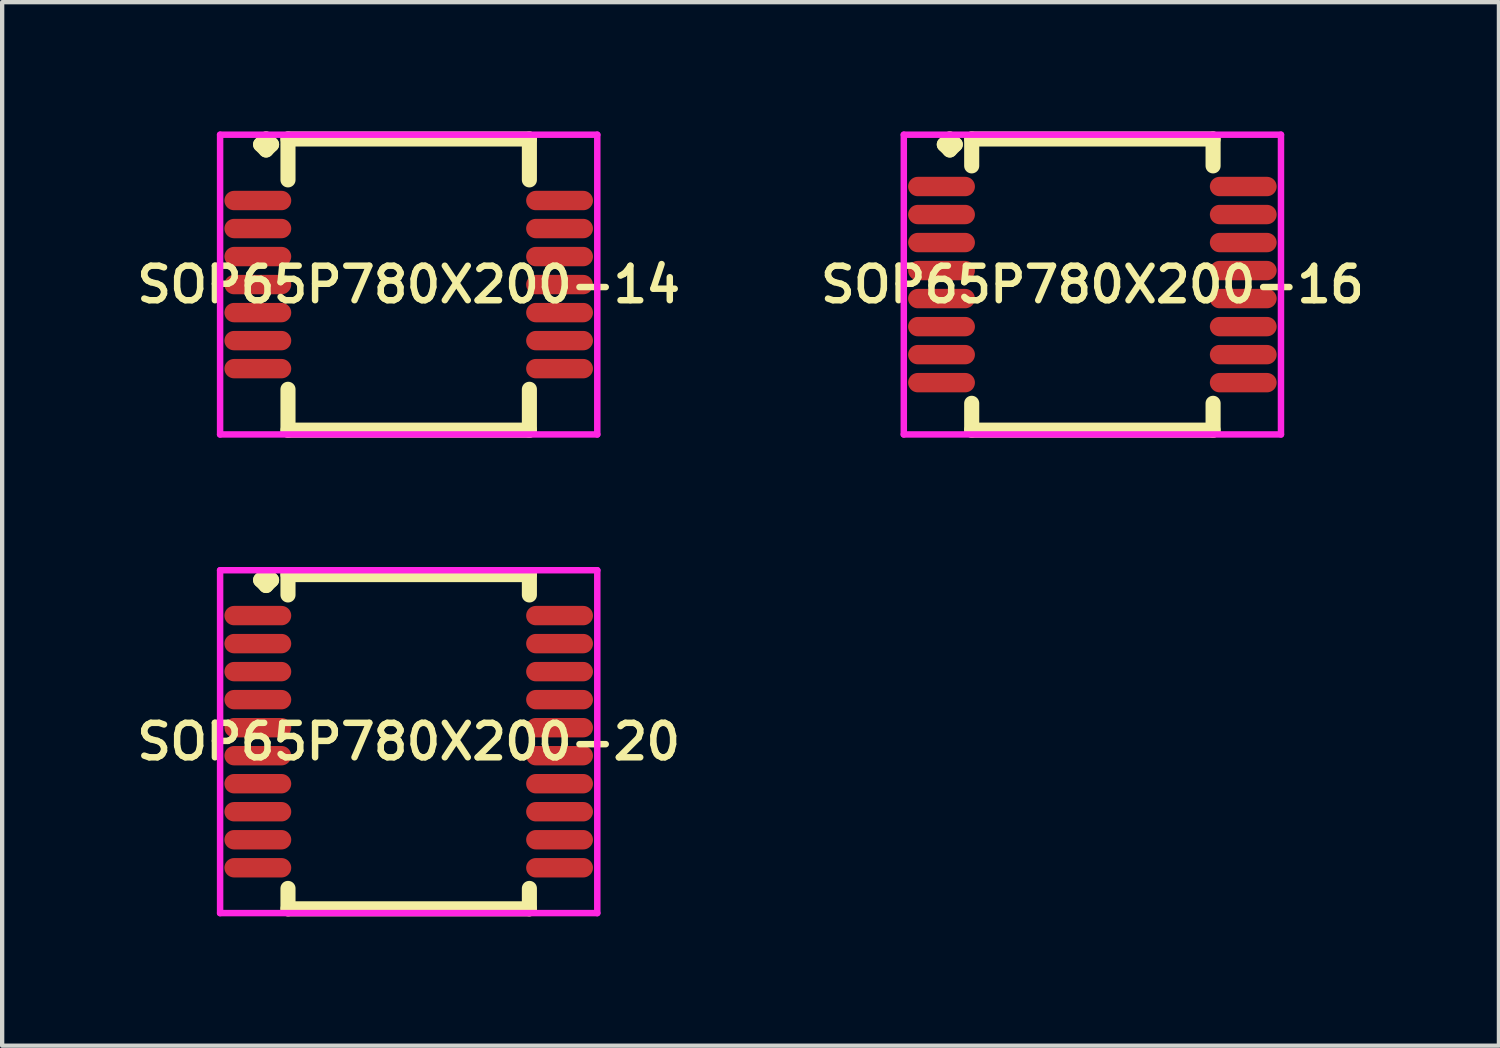
<source format=kicad_pcb>
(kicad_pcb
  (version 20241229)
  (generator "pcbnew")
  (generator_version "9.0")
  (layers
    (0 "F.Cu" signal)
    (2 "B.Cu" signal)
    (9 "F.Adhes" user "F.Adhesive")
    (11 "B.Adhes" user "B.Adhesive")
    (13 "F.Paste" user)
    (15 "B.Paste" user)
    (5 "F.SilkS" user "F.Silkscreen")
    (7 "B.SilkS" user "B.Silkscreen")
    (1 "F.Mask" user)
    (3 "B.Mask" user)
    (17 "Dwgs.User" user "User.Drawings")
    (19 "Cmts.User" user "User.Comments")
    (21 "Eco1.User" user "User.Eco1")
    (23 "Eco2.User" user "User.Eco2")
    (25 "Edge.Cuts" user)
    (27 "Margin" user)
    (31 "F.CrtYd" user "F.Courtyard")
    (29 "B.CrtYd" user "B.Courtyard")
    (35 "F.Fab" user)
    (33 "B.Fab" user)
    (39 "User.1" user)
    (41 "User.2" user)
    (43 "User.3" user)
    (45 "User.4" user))
  (footprint "SOP65P780X200-14"
    (layer "F.Cu")
    (at 6.431 3.552)
    (property "Reference" "SOP65P780X200-14" (at 0 0 0) (layer "F.SilkS") (effects (font (size 0.8 0.8) (thickness 0.15))))
    (attr smd)
    (fp_line (start -3.435 -3.25) (end -3.308 -3.377) (stroke (width 0.35) (type solid)) (layer "F.SilkS"))
    (fp_line (start -3.308 -3.377) (end -3.181 -3.25) (stroke (width 0.35) (type solid)) (layer "F.SilkS"))
    (fp_line (start -3.308 -3.123) (end -3.435 -3.25) (stroke (width 0.35) (type solid)) (layer "F.SilkS"))
    (fp_line (start -3.181 -3.25) (end -3.308 -3.123) (stroke (width 0.35) (type solid)) (layer "F.SilkS"))
    (fp_line (start -2.8 -3.377) (end 2.8 -3.377) (stroke (width 0.35) (type solid)) (layer "F.SilkS"))
    (fp_line (start -2.8 -2.429) (end -2.8 -3.377) (stroke (width 0.35) (type solid)) (layer "F.SilkS"))
    (fp_line (start -2.8 2.429) (end -2.8 3.377) (stroke (width 0.35) (type solid)) (layer "F.SilkS"))
    (fp_line (start -2.8 3.377) (end 2.8 3.377) (stroke (width 0.35) (type solid)) (layer "F.SilkS"))
    (fp_line (start 2.8 -3.377) (end 2.8 -2.429) (stroke (width 0.35) (type solid)) (layer "F.SilkS"))
    (fp_line (start 2.8 3.377) (end 2.8 2.429) (stroke (width 0.35) (type solid)) (layer "F.SilkS"))
    (fp_line (start -4.375 -3.477) (end 4.375 -3.477) (stroke (width 0.15) (type solid)) (layer "F.CrtYd"))
    (fp_line (start -4.375 3.477) (end -4.375 -3.477) (stroke (width 0.15) (type solid)) (layer "F.CrtYd"))
    (fp_line (start 4.375 -3.477) (end 4.375 3.477) (stroke (width 0.15) (type solid)) (layer "F.CrtYd"))
    (fp_line (start 4.375 3.477) (end -4.375 3.477) (stroke (width 0.15) (type solid)) (layer "F.CrtYd"))
    (pad "1" smd oval (at -3.5 -1.95) (size 1.55 0.45) (layers "F.Cu" "F.Mask" "F.Paste"))
    (pad "2" smd oval (at -3.5 -1.3) (size 1.55 0.45) (layers "F.Cu" "F.Mask" "F.Paste"))
    (pad "3" smd oval (at -3.5 -0.65) (size 1.55 0.45) (layers "F.Cu" "F.Mask" "F.Paste"))
    (pad "4" smd oval (at -3.5 0) (size 1.55 0.45) (layers "F.Cu" "F.Mask" "F.Paste"))
    (pad "5" smd oval (at -3.5 0.65) (size 1.55 0.45) (layers "F.Cu" "F.Mask" "F.Paste"))
    (pad "6" smd oval (at -3.5 1.3) (size 1.55 0.45) (layers "F.Cu" "F.Mask" "F.Paste"))
    (pad "7" smd oval (at -3.5 1.95) (size 1.55 0.45) (layers "F.Cu" "F.Mask" "F.Paste"))
    (pad "8" smd oval (at 3.5 1.95) (size 1.55 0.45) (layers "F.Cu" "F.Mask" "F.Paste"))
    (pad "9" smd oval (at 3.5 1.3) (size 1.55 0.45) (layers "F.Cu" "F.Mask" "F.Paste"))
    (pad "10" smd oval (at 3.5 0.65) (size 1.55 0.45) (layers "F.Cu" "F.Mask" "F.Paste"))
    (pad "11" smd oval (at 3.5 0) (size 1.55 0.45) (layers "F.Cu" "F.Mask" "F.Paste"))
    (pad "12" smd oval (at 3.5 -0.65) (size 1.55 0.45) (layers "F.Cu" "F.Mask" "F.Paste"))
    (pad "13" smd oval (at 3.5 -1.3) (size 1.55 0.45) (layers "F.Cu" "F.Mask" "F.Paste"))
    (pad "14" smd oval (at 3.5 -1.95) (size 1.55 0.45) (layers "F.Cu" "F.Mask" "F.Paste")))
  (footprint "SOP65P780X200-16"
    (layer "F.Cu")
    (at 22.292 3.552)
    (property "Reference" "SOP65P780X200-16" (at 0 0 0) (layer "F.SilkS") (effects (font (size 0.8 0.8) (thickness 0.15))))
    (attr smd)
    (fp_line (start -3.435 -3.25) (end -3.308 -3.377) (stroke (width 0.35) (type solid)) (layer "F.SilkS"))
    (fp_line (start -3.308 -3.377) (end -3.181 -3.25) (stroke (width 0.35) (type solid)) (layer "F.SilkS"))
    (fp_line (start -3.308 -3.123) (end -3.435 -3.25) (stroke (width 0.35) (type solid)) (layer "F.SilkS"))
    (fp_line (start -3.181 -3.25) (end -3.308 -3.123) (stroke (width 0.35) (type solid)) (layer "F.SilkS"))
    (fp_line (start -2.8 -3.377) (end 2.8 -3.377) (stroke (width 0.35) (type solid)) (layer "F.SilkS"))
    (fp_line (start -2.8 -2.754) (end -2.8 -3.377) (stroke (width 0.35) (type solid)) (layer "F.SilkS"))
    (fp_line (start -2.8 2.754) (end -2.8 3.377) (stroke (width 0.35) (type solid)) (layer "F.SilkS"))
    (fp_line (start -2.8 3.377) (end 2.8 3.377) (stroke (width 0.35) (type solid)) (layer "F.SilkS"))
    (fp_line (start 2.8 -3.377) (end 2.8 -2.754) (stroke (width 0.35) (type solid)) (layer "F.SilkS"))
    (fp_line (start 2.8 3.377) (end 2.8 2.754) (stroke (width 0.35) (type solid)) (layer "F.SilkS"))
    (fp_line (start -4.375 -3.477) (end 4.375 -3.477) (stroke (width 0.15) (type solid)) (layer "F.CrtYd"))
    (fp_line (start -4.375 3.477) (end -4.375 -3.477) (stroke (width 0.15) (type solid)) (layer "F.CrtYd"))
    (fp_line (start 4.375 -3.477) (end 4.375 3.477) (stroke (width 0.15) (type solid)) (layer "F.CrtYd"))
    (fp_line (start 4.375 3.477) (end -4.375 3.477) (stroke (width 0.15) (type solid)) (layer "F.CrtYd"))
    (pad "1" smd oval (at -3.5 -2.275) (size 1.55 0.45) (layers "F.Cu" "F.Mask" "F.Paste"))
    (pad "2" smd oval (at -3.5 -1.625) (size 1.55 0.45) (layers "F.Cu" "F.Mask" "F.Paste"))
    (pad "3" smd oval (at -3.5 -0.975) (size 1.55 0.45) (layers "F.Cu" "F.Mask" "F.Paste"))
    (pad "4" smd oval (at -3.5 -0.325) (size 1.55 0.45) (layers "F.Cu" "F.Mask" "F.Paste"))
    (pad "5" smd oval (at -3.5 0.325) (size 1.55 0.45) (layers "F.Cu" "F.Mask" "F.Paste"))
    (pad "6" smd oval (at -3.5 0.975) (size 1.55 0.45) (layers "F.Cu" "F.Mask" "F.Paste"))
    (pad "7" smd oval (at -3.5 1.625) (size 1.55 0.45) (layers "F.Cu" "F.Mask" "F.Paste"))
    (pad "8" smd oval (at -3.5 2.275) (size 1.55 0.45) (layers "F.Cu" "F.Mask" "F.Paste"))
    (pad "9" smd oval (at 3.5 2.275) (size 1.55 0.45) (layers "F.Cu" "F.Mask" "F.Paste"))
    (pad "10" smd oval (at 3.5 1.625) (size 1.55 0.45) (layers "F.Cu" "F.Mask" "F.Paste"))
    (pad "11" smd oval (at 3.5 0.975) (size 1.55 0.45) (layers "F.Cu" "F.Mask" "F.Paste"))
    (pad "12" smd oval (at 3.5 0.325) (size 1.55 0.45) (layers "F.Cu" "F.Mask" "F.Paste"))
    (pad "13" smd oval (at 3.5 -0.325) (size 1.55 0.45) (layers "F.Cu" "F.Mask" "F.Paste"))
    (pad "14" smd oval (at 3.5 -0.975) (size 1.55 0.45) (layers "F.Cu" "F.Mask" "F.Paste"))
    (pad "15" smd oval (at 3.5 -1.625) (size 1.55 0.45) (layers "F.Cu" "F.Mask" "F.Paste"))
    (pad "16" smd oval (at 3.5 -2.275) (size 1.55 0.45) (layers "F.Cu" "F.Mask" "F.Paste")))
  (footprint "SOP65P780X200-20"
    (layer "F.Cu")
    (at 6.431 14.156)
    (property "Reference" "SOP65P780X200-20" (at 0 0 0) (layer "F.SilkS") (effects (font (size 0.8 0.8) (thickness 0.15))))
    (attr smd)
    (fp_line (start -3.435 -3.75) (end -3.308 -3.877) (stroke (width 0.35) (type solid)) (layer "F.SilkS"))
    (fp_line (start -3.308 -3.877) (end -3.181 -3.75) (stroke (width 0.35) (type solid)) (layer "F.SilkS"))
    (fp_line (start -3.308 -3.623) (end -3.435 -3.75) (stroke (width 0.35) (type solid)) (layer "F.SilkS"))
    (fp_line (start -3.181 -3.75) (end -3.308 -3.623) (stroke (width 0.35) (type solid)) (layer "F.SilkS"))
    (fp_line (start -2.8 -3.877) (end 2.8 -3.877) (stroke (width 0.35) (type solid)) (layer "F.SilkS"))
    (fp_line (start -2.8 -3.404) (end -2.8 -3.877) (stroke (width 0.35) (type solid)) (layer "F.SilkS"))
    (fp_line (start -2.8 3.404) (end -2.8 3.877) (stroke (width 0.35) (type solid)) (layer "F.SilkS"))
    (fp_line (start -2.8 3.877) (end 2.8 3.877) (stroke (width 0.35) (type solid)) (layer "F.SilkS"))
    (fp_line (start 2.8 -3.877) (end 2.8 -3.404) (stroke (width 0.35) (type solid)) (layer "F.SilkS"))
    (fp_line (start 2.8 3.877) (end 2.8 3.404) (stroke (width 0.35) (type solid)) (layer "F.SilkS"))
    (fp_line (start -4.375 -3.977) (end 4.375 -3.977) (stroke (width 0.15) (type solid)) (layer "F.CrtYd"))
    (fp_line (start -4.375 3.977) (end -4.375 -3.977) (stroke (width 0.15) (type solid)) (layer "F.CrtYd"))
    (fp_line (start 4.375 -3.977) (end 4.375 3.977) (stroke (width 0.15) (type solid)) (layer "F.CrtYd"))
    (fp_line (start 4.375 3.977) (end -4.375 3.977) (stroke (width 0.15) (type solid)) (layer "F.CrtYd"))
    (pad "1" smd oval (at -3.5 -2.925) (size 1.55 0.45) (layers "F.Cu" "F.Mask" "F.Paste"))
    (pad "2" smd oval (at -3.5 -2.275) (size 1.55 0.45) (layers "F.Cu" "F.Mask" "F.Paste"))
    (pad "3" smd oval (at -3.5 -1.625) (size 1.55 0.45) (layers "F.Cu" "F.Mask" "F.Paste"))
    (pad "4" smd oval (at -3.5 -0.975) (size 1.55 0.45) (layers "F.Cu" "F.Mask" "F.Paste"))
    (pad "5" smd oval (at -3.5 -0.325) (size 1.55 0.45) (layers "F.Cu" "F.Mask" "F.Paste"))
    (pad "6" smd oval (at -3.5 0.325) (size 1.55 0.45) (layers "F.Cu" "F.Mask" "F.Paste"))
    (pad "7" smd oval (at -3.5 0.975) (size 1.55 0.45) (layers "F.Cu" "F.Mask" "F.Paste"))
    (pad "8" smd oval (at -3.5 1.625) (size 1.55 0.45) (layers "F.Cu" "F.Mask" "F.Paste"))
    (pad "9" smd oval (at -3.5 2.275) (size 1.55 0.45) (layers "F.Cu" "F.Mask" "F.Paste"))
    (pad "10" smd oval (at -3.5 2.925) (size 1.55 0.45) (layers "F.Cu" "F.Mask" "F.Paste"))
    (pad "11" smd oval (at 3.5 2.925) (size 1.55 0.45) (layers "F.Cu" "F.Mask" "F.Paste"))
    (pad "12" smd oval (at 3.5 2.275) (size 1.55 0.45) (layers "F.Cu" "F.Mask" "F.Paste"))
    (pad "13" smd oval (at 3.5 1.625) (size 1.55 0.45) (layers "F.Cu" "F.Mask" "F.Paste"))
    (pad "14" smd oval (at 3.5 0.975) (size 1.55 0.45) (layers "F.Cu" "F.Mask" "F.Paste"))
    (pad "15" smd oval (at 3.5 0.325) (size 1.55 0.45) (layers "F.Cu" "F.Mask" "F.Paste"))
    (pad "16" smd oval (at 3.5 -0.325) (size 1.55 0.45) (layers "F.Cu" "F.Mask" "F.Paste"))
    (pad "17" smd oval (at 3.5 -0.975) (size 1.55 0.45) (layers "F.Cu" "F.Mask" "F.Paste"))
    (pad "18" smd oval (at 3.5 -1.625) (size 1.55 0.45) (layers "F.Cu" "F.Mask" "F.Paste"))
    (pad "19" smd oval (at 3.5 -2.275) (size 1.55 0.45) (layers "F.Cu" "F.Mask" "F.Paste"))
    (pad "20" smd oval (at 3.5 -2.925) (size 1.55 0.45) (layers "F.Cu" "F.Mask" "F.Paste")))
  (gr_rect
    (start -3 -3)
    (end 31.723 21.208)
    (stroke (width 0.1) (type default))
    (fill no)
    (layer "Edge.Cuts")))
</source>
